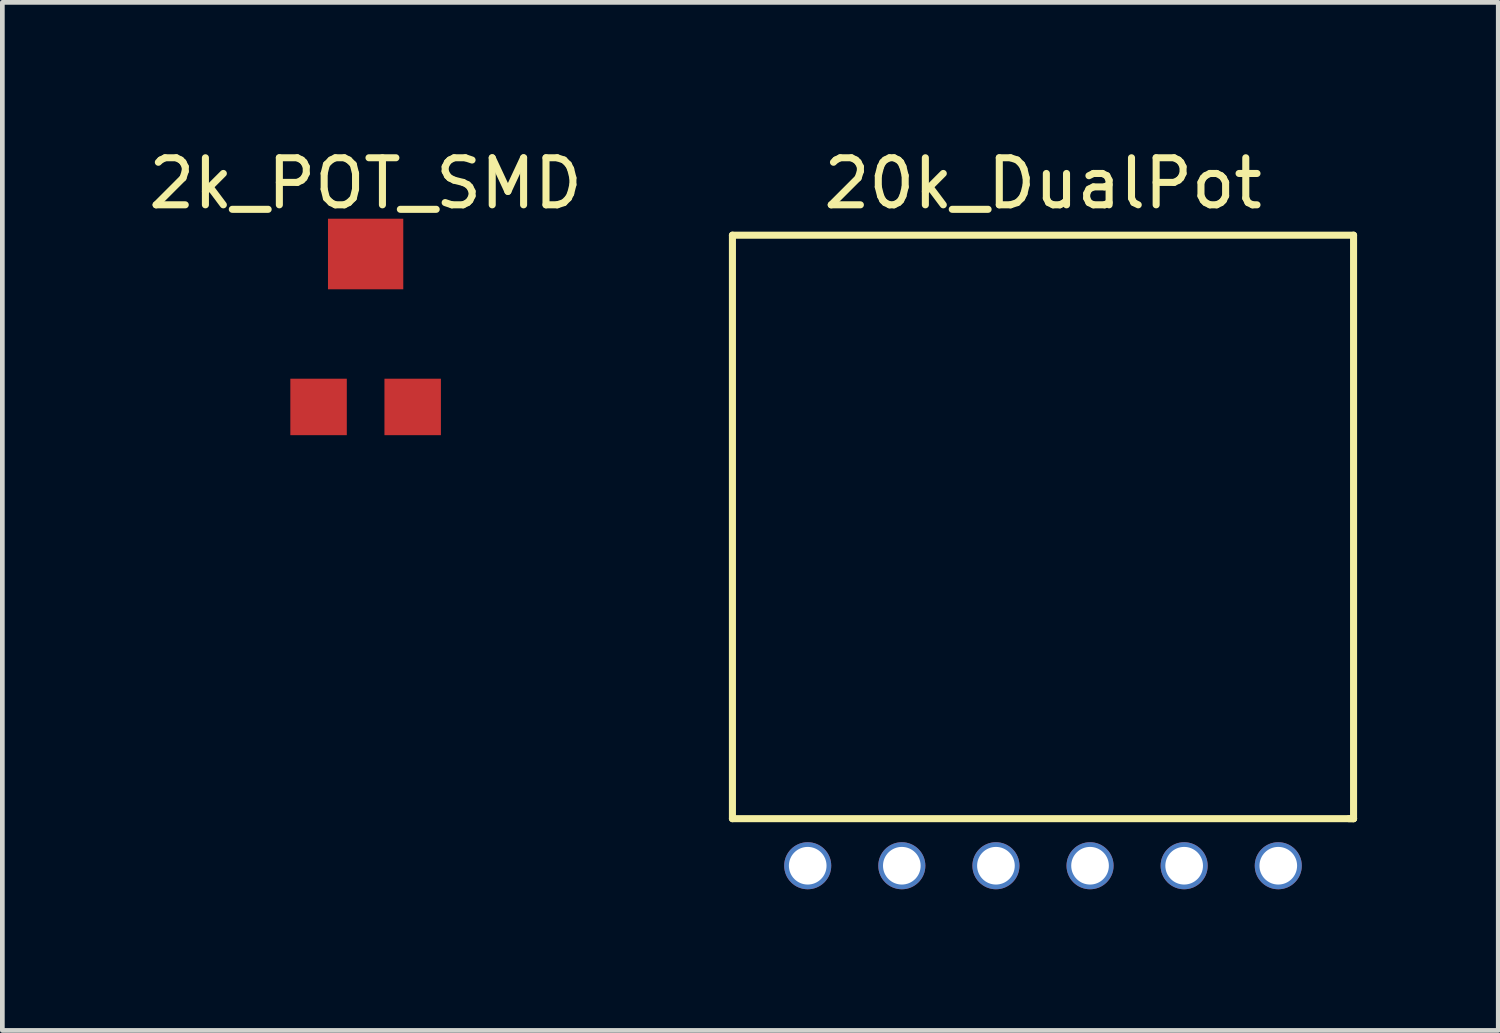
<source format=kicad_pcb>
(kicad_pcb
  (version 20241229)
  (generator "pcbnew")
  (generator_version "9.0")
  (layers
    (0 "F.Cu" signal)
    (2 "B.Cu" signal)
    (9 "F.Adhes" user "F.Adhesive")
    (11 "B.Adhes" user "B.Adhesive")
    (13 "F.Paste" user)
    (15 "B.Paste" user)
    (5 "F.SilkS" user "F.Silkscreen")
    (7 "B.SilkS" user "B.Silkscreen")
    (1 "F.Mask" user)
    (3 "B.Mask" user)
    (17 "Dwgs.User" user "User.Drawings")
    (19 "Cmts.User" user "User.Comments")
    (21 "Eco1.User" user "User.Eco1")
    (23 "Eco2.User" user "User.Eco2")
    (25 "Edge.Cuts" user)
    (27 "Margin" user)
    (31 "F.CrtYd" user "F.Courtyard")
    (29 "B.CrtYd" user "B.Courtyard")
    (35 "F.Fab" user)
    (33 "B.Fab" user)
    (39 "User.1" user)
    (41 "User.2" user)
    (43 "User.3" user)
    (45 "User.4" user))
  (footprint "2k_POT_SMD"
    (layer "F.Cu")
    (at 4.72 0.348)
    (property "Reference" "2k_POT_SMD" (at 0 0.5 0) (layer "F.SilkS") (effects (font (size 1 1) (thickness 0.15))))
    (attr through_hole)
    (pad "1" smd rect (at -1 5.25) (size 1.2 1.2) (layers "F.Cu" "F.Mask" "F.Paste"))
    (pad "2" smd rect (at 0 2) (size 1.6 1.5) (layers "F.Cu" "F.Mask" "F.Paste"))
    (pad "3" smd rect (at 1 5.25) (size 1.2 1.2) (layers "F.Cu" "F.Mask" "F.Paste")))
  (footprint "20k_DualPot"
    (layer "F.Cu")
    (at 19.115 0.348)
    (property "Reference" "20k_DualPot" (at 0 0.5 0) (layer "F.SilkS") (effects (font (size 1 1) (thickness 0.15))))
    (attr through_hole)
    (fp_line (start -6.6 1.6) (end -6.6 14) (stroke (width 0.15) (type solid)) (layer "F.SilkS"))
    (fp_line (start -6.6 14) (end 6.6 14) (stroke (width 0.15) (type solid)) (layer "F.SilkS"))
    (fp_line (start 6.6 1.6) (end -6.6 1.6) (stroke (width 0.15) (type solid)) (layer "F.SilkS"))
    (fp_line (start 6.6 14) (end 6.5 14) (stroke (width 0.15) (type solid)) (layer "F.SilkS"))
    (fp_line (start 6.6 14) (end 6.6 1.6) (stroke (width 0.15) (type solid)) (layer "F.SilkS"))
    (pad "1" thru_hole circle (at 5 15) (size 1 1) (drill 0.8) (layers "*.Cu" "*.Mask"))
    (pad "2" thru_hole circle (at -5 15) (size 1 1) (drill 0.8) (layers "*.Cu" "*.Mask"))
    (pad "3" thru_hole circle (at -3 15) (size 1 1) (drill 0.8) (layers "*.Cu" "*.Mask"))
    (pad "4" thru_hole circle (at 3 15) (size 1 1) (drill 0.8) (layers "*.Cu" "*.Mask"))
    (pad "5" thru_hole circle (at 1 15) (size 1 1) (drill 0.8) (layers "*.Cu" "*.Mask"))
    (pad "6" thru_hole circle (at -1 15) (size 1 1) (drill 0.8) (layers "*.Cu" "*.Mask")))
  (gr_rect
    (start -3 -3)
    (end 28.79 18.848)
    (stroke (width 0.1) (type default))
    (fill no)
    (layer "Edge.Cuts")))
</source>
